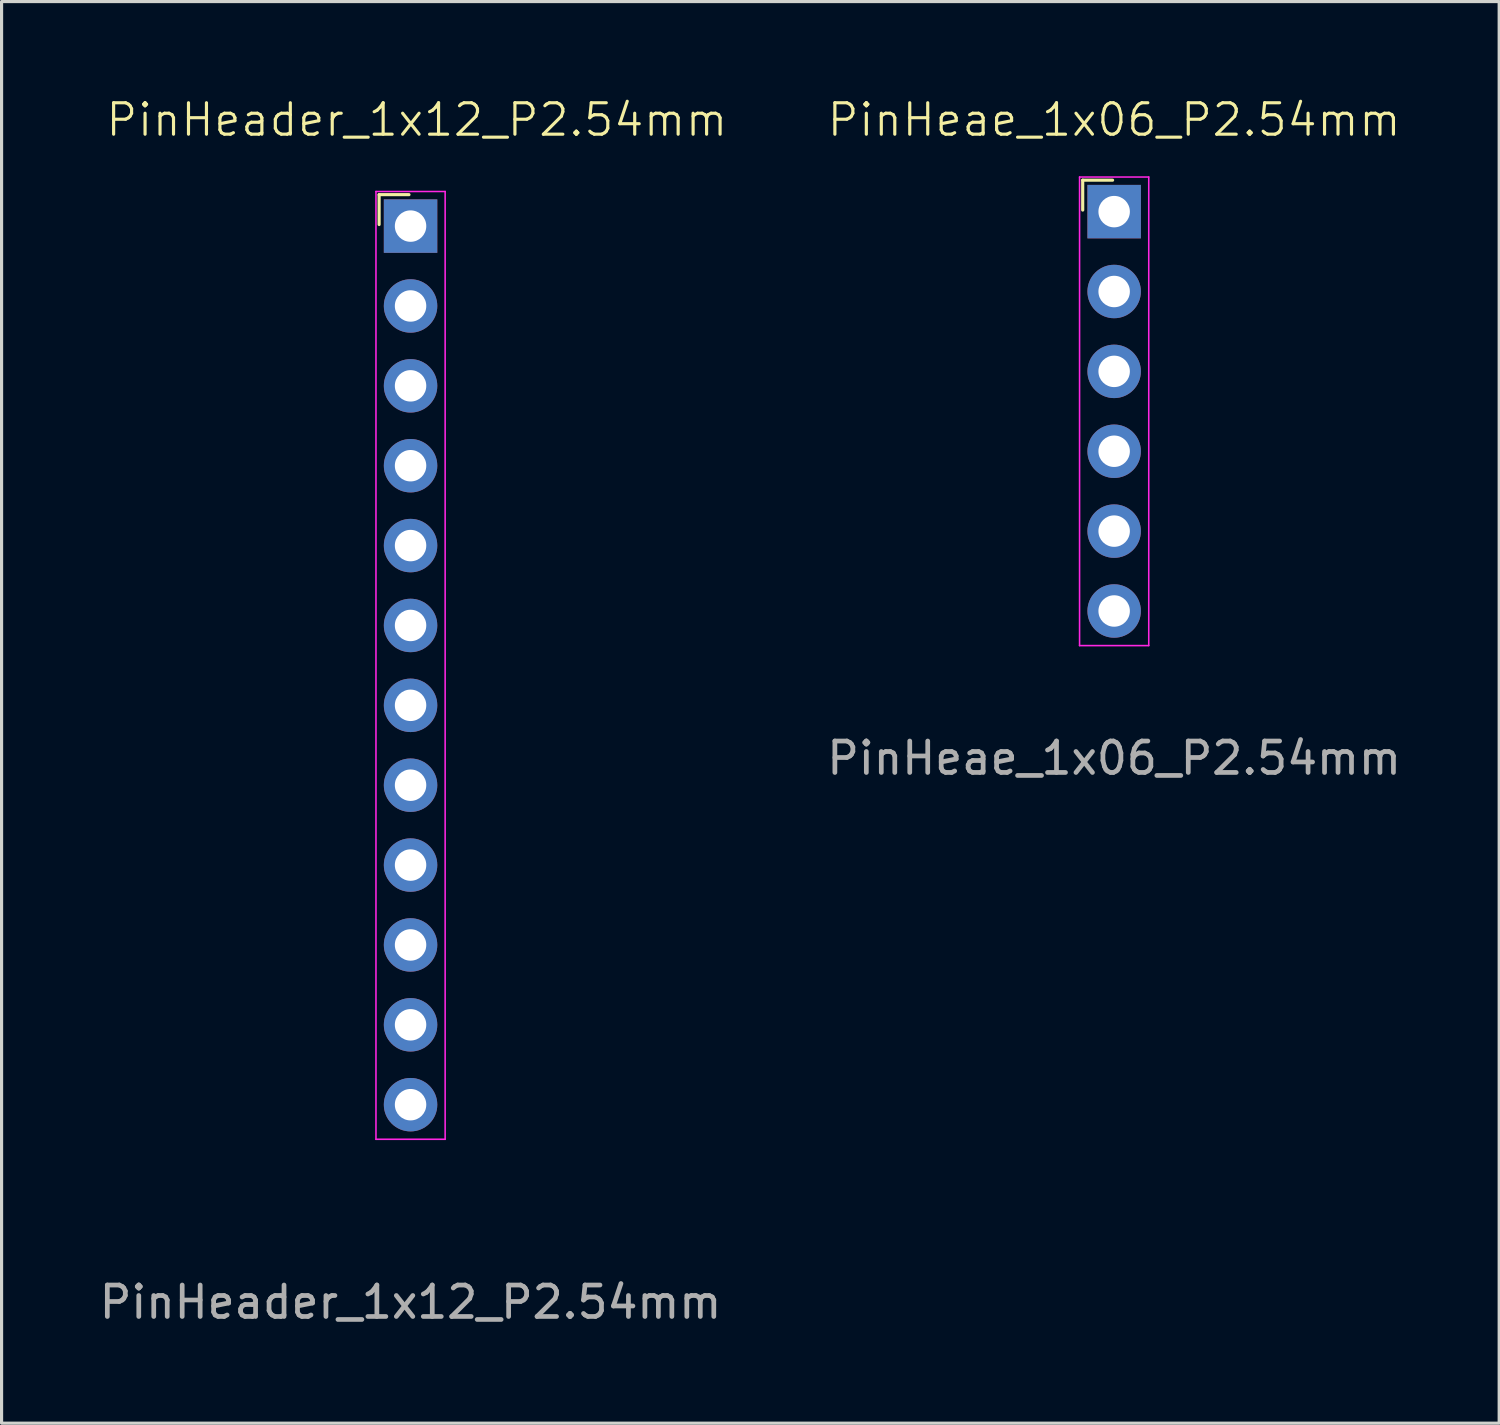
<source format=kicad_pcb>
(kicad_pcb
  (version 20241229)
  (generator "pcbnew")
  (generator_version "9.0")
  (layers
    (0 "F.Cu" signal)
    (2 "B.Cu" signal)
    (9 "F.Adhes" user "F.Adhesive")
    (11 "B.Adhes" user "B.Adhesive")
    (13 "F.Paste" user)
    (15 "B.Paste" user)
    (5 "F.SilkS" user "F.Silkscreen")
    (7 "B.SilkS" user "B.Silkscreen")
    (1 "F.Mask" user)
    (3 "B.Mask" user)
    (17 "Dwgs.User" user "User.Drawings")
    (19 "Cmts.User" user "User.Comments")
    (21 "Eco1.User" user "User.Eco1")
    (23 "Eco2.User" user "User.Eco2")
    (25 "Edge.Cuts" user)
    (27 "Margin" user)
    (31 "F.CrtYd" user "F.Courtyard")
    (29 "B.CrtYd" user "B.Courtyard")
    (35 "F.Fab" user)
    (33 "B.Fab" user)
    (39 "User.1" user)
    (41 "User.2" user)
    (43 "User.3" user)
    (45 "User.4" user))
  (footprint "PinHeader_1x12_P2.54mm"
    (layer "F.Cu")
    (at 9.906 18.71)
    (property "Reference" "PinHeader_1x12_P2.54mm" (at 0.3 -17.95 0) (unlocked yes) (layer "F.SilkS") (effects (font (size 1 1) (thickness 0.1))))
    (attr through_hole)
    (fp_line (start -0.9 -15.57) (end -0.9 -14.62) (stroke (width 0.1) (type solid)) (layer "F.SilkS"))
    (fp_line (start 0.05 -15.57) (end -0.9 -15.57) (stroke (width 0.1) (type solid)) (layer "F.SilkS"))
    (fp_line (start -1 -15.67) (end -1 14.47) (stroke (width 0.05) (type solid)) (layer "F.CrtYd"))
    (fp_line (start -1 14.47) (end 1.2 14.47) (stroke (width 0.05) (type solid)) (layer "F.CrtYd"))
    (fp_line (start 1.2 -15.67) (end -1 -15.67) (stroke (width 0.05) (type solid)) (layer "F.CrtYd"))
    (fp_line (start 1.2 -15.67) (end 1.2 14.47) (stroke (width 0.05) (type solid)) (layer "F.CrtYd"))
    (fp_text user "${REFERENCE}" (at 0.1 19.65 0) (unlocked yes) (layer "F.Fab") (effects (font (size 1 1) (thickness 0.15))))
    (pad "1" thru_hole rect (at 0.1 -14.57) (size 1.7 1.7) (drill 1) (layers "*.Cu" "*.Mask"))
    (pad "2" thru_hole circle (at 0.1 -12.03) (size 1.7 1.7) (drill 1) (layers "*.Cu" "*.Mask"))
    (pad "3" thru_hole circle (at 0.1 -9.49) (size 1.7 1.7) (drill 1) (layers "*.Cu" "*.Mask"))
    (pad "4" thru_hole circle (at 0.1 -6.95) (size 1.7 1.7) (drill 1) (layers "*.Cu" "*.Mask"))
    (pad "5" thru_hole circle (at 0.1 -4.41) (size 1.7 1.7) (drill 1) (layers "*.Cu" "*.Mask"))
    (pad "6" thru_hole circle (at 0.1 -1.87) (size 1.7 1.7) (drill 1) (layers "*.Cu" "*.Mask"))
    (pad "7" thru_hole circle (at 0.1 0.67) (size 1.7 1.7) (drill 1) (layers "*.Cu" "*.Mask"))
    (pad "8" thru_hole circle (at 0.1 3.21) (size 1.7 1.7) (drill 1) (layers "*.Cu" "*.Mask"))
    (pad "9" thru_hole circle (at 0.1 5.75) (size 1.7 1.7) (drill 1) (layers "*.Cu" "*.Mask"))
    (pad "10" thru_hole circle (at 0.1 8.29) (size 1.7 1.7) (drill 1) (layers "*.Cu" "*.Mask"))
    (pad "11" thru_hole circle (at 0.1 10.83) (size 1.7 1.7) (drill 1) (layers "*.Cu" "*.Mask"))
    (pad "12" thru_hole circle (at 0.1 13.37) (size 1.7 1.7) (drill 1) (layers "*.Cu" "*.Mask")))
  (footprint "PinHeae_1x06_P2.54mm"
    (layer "F.Cu")
    (at 32.381 12.06)
    (property "Reference" "PinHeae_1x06_P2.54mm" (at 0 -11.3 0) (unlocked yes) (layer "F.SilkS") (effects (font (size 1 1) (thickness 0.1))))
    (attr through_hole)
    (fp_line (start -1 -9.38) (end -1 -8.43) (stroke (width 0.1) (type solid)) (layer "F.SilkS"))
    (fp_line (start -0.05 -9.38) (end -1 -9.38) (stroke (width 0.1) (type solid)) (layer "F.SilkS"))
    (fp_line (start -1.1 -9.48) (end 1.1 -9.48) (stroke (width 0.05) (type solid)) (layer "F.CrtYd"))
    (fp_line (start -1.1 5.42) (end -1.1 -9.48) (stroke (width 0.05) (type default)) (layer "F.CrtYd"))
    (fp_line (start 1.1 -9.48) (end 1.1 5.42) (stroke (width 0.05) (type default)) (layer "F.CrtYd"))
    (fp_line (start 1.1 5.42) (end -1.1 5.42) (stroke (width 0.05) (type solid)) (layer "F.CrtYd"))
    (fp_text user "${REFERENCE}" (at 0 9 0) (unlocked yes) (layer "F.Fab") (effects (font (size 1 1) (thickness 0.15))))
    (pad "1" thru_hole rect (at 0 -8.38) (size 1.7 1.7) (drill 1) (layers "*.Cu" "*.Mask"))
    (pad "2" thru_hole circle (at 0 -5.84) (size 1.7 1.7) (drill 1) (layers "*.Cu" "*.Mask"))
    (pad "3" thru_hole circle (at 0 -3.3) (size 1.7 1.7) (drill 1) (layers "*.Cu" "*.Mask"))
    (pad "4" thru_hole circle (at 0 -0.76) (size 1.7 1.7) (drill 1) (layers "*.Cu" "*.Mask"))
    (pad "5" thru_hole circle (at 0 1.78) (size 1.7 1.7) (drill 1) (layers "*.Cu" "*.Mask"))
    (pad "6" thru_hole circle (at 0 4.32) (size 1.7 1.7) (drill 1) (layers "*.Cu" "*.Mask")))
  (gr_rect
    (start -3 -3)
    (end 44.625 42.209)
    (stroke (width 0.1) (type default))
    (fill no)
    (layer "Edge.Cuts")))
</source>
